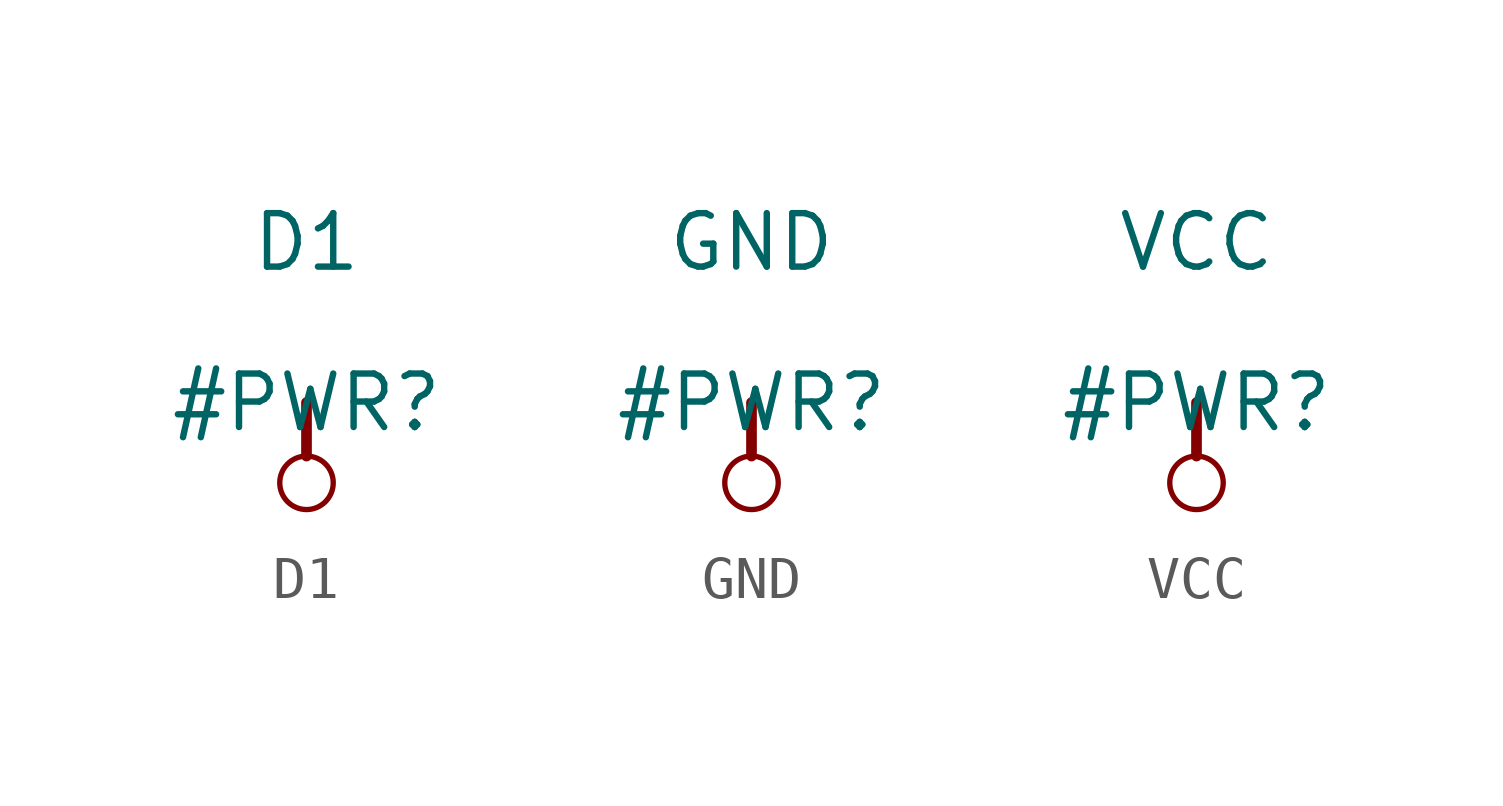
<source format=kicad_sym>
(kicad_symbol_lib
  (version 20231120)
  (generator "kicad_symbol_editor")
  (generator_version "7.99")
  (symbol "D1"
    (power)
    (property "Reference" "#PWR"
      (at 0 0 0)
      (effects (font (size 1.27 1.27))))
    (property "Value" "D1"
      (at 0 3.81 0)
      (effects (font (size 1.27 1.27))))
    (symbol "D1_0_0"
      (circle (center 0 -1.905) (radius 0.635) (stroke (width 0.127) (type solid)) (fill (type none)))
      (polyline (pts (xy 0 0) (xy 0 -1.27)) (stroke (width 0.254) (type solid)) (fill (type none)))
      (pin power_in line (at 0 0 0) (length 0) hide (name "D1" (effects (font (size 1.27 1.27)))) (number "" (effects (font (size 1.27 1.27)))))))
  (symbol "GND"
    (power)
    (property "Reference" "#PWR"
      (at 0 0 0)
      (effects (font (size 1.27 1.27))))
    (property "Value" "GND"
      (at 0 3.81 0)
      (effects (font (size 1.27 1.27))))
    (symbol "GND_0_0"
      (circle (center 0 -1.905) (radius 0.635) (stroke (width 0.127) (type solid)) (fill (type none)))
      (polyline (pts (xy 0 0) (xy 0 -1.27)) (stroke (width 0.254) (type solid)) (fill (type none)))
      (pin power_in line (at 0 0 0) (length 0) hide (name "GND" (effects (font (size 1.27 1.27)))) (number "" (effects (font (size 1.27 1.27)))))))
  (symbol "VCC"
    (power)
    (property "Reference" "#PWR"
      (at 0 0 0)
      (effects (font (size 1.27 1.27))))
    (property "Value" "VCC"
      (at 0 3.81 0)
      (effects (font (size 1.27 1.27))))
    (symbol "VCC_0_0"
      (circle (center 0 -1.905) (radius 0.635) (stroke (width 0.127) (type solid)) (fill (type none)))
      (polyline (pts (xy 0 0) (xy 0 -1.27)) (stroke (width 0.254) (type solid)) (fill (type none)))
      (pin power_in line (at 0 0 0) (length 0) hide (name "VCC" (effects (font (size 1.27 1.27)))) (number "" (effects (font (size 1.27 1.27))))))))
</source>
